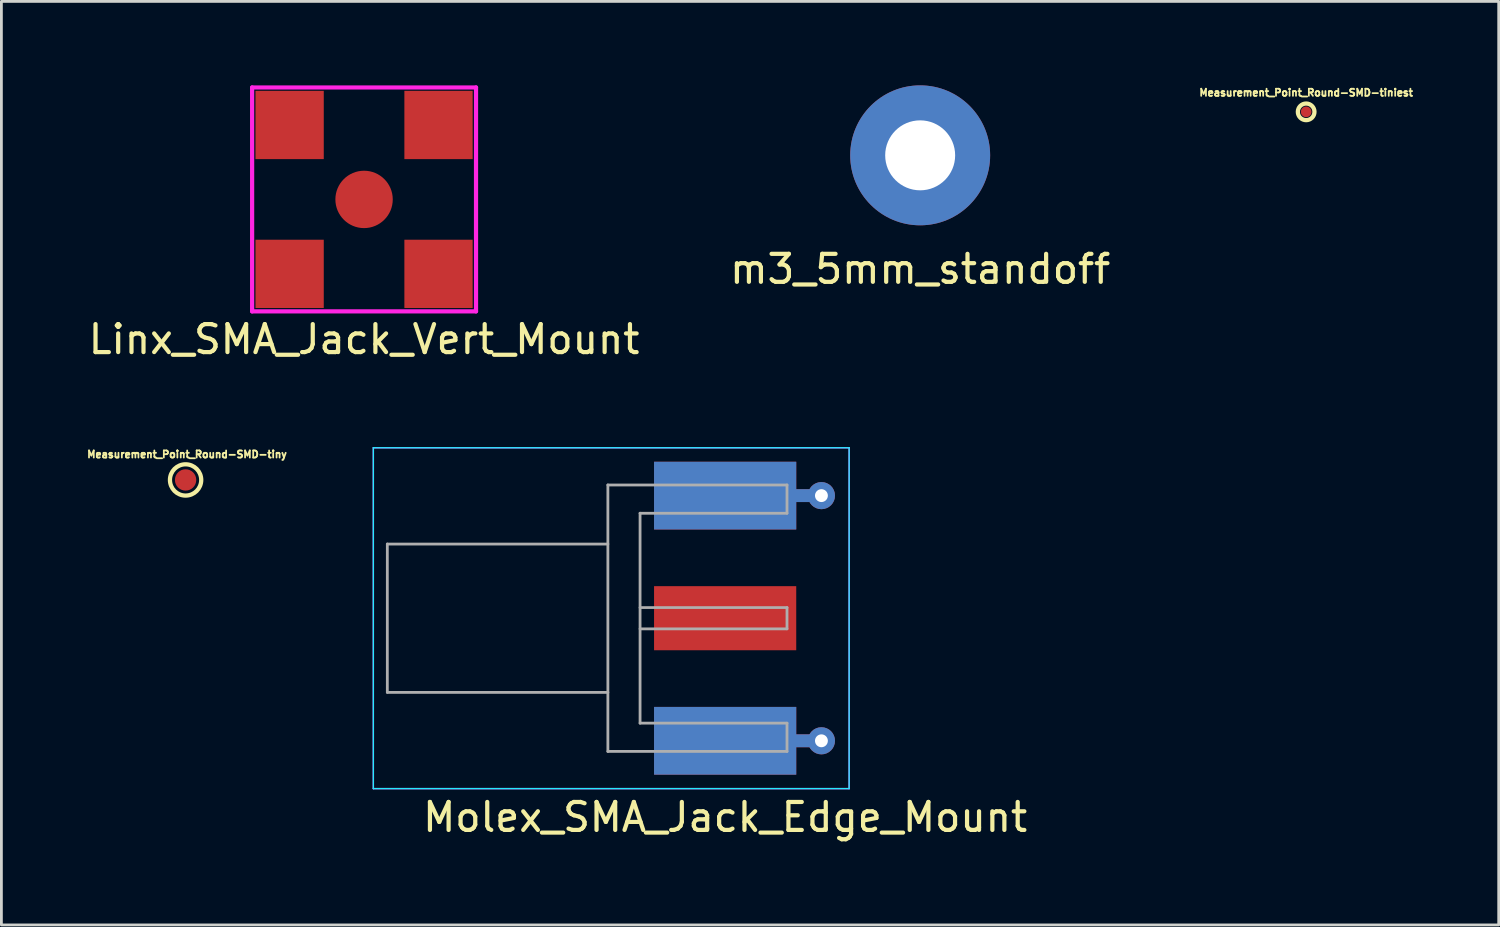
<source format=kicad_pcb>
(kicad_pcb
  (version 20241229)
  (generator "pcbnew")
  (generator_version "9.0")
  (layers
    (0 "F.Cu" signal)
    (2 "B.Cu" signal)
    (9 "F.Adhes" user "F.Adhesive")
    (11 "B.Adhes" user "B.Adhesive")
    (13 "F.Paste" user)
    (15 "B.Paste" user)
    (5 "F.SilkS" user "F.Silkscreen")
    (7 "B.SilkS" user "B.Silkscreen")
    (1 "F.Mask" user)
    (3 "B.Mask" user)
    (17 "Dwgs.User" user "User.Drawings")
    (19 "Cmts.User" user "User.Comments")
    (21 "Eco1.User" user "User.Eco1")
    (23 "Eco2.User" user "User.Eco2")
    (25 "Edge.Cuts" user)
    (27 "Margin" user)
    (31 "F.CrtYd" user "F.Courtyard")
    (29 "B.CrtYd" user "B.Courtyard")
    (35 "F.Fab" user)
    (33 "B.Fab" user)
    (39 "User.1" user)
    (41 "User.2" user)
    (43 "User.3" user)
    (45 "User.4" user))
  (footprint "m3_5mm_standoff"
    (layer "F.Cu")
    (at 29.827 2.5)
    (property "Reference" "m3_5mm_standoff" (at 0 4.064 0) (layer "F.SilkS") (effects (font (size 1 1) (thickness 0.15))))
    (attr through_hole)
    (pad "1" thru_hole circle (at 0 0) (size 5 5) (drill 2.5) (layers "*.Cu" "*.Mask")))
  (footprint "Measurement_Point_Round-SMD-tiny"
    (layer "F.Cu")
    (at 3.581 14.098)
    (property "Reference" "Measurement_Point_Round-SMD-tiny" (at 0.051 -0.914 0) (layer "F.SilkS") (effects (font (size 0.254 0.254) (thickness 0.064))))
    (attr exclude_from_pos_files exclude_from_bom)
    (fp_circle (center 0 0) (end 0.559 0) (stroke (width 0.152) (type solid)) (fill no) (layer "F.SilkS"))
    (pad "1" smd circle (at 0 0) (size 0.762 0.762) (layers "F.Cu" "F.Mask")))
  (footprint "Molex_SMA_Jack_Edge_Mount"
    (layer "F.Cu")
    (at 24.579 19.038)
    (property "Reference" "Molex_SMA_Jack_Edge_Mount" (at -1.72 7.11 0) (layer "F.SilkS") (effects (font (size 1 1) (thickness 0.15))))
    (attr smd)
    (fp_line (start -14.29 -6.09) (end -14.29 6.09) (stroke (width 0.05) (type solid)) (layer "B.CrtYd"))
    (fp_line (start -14.29 -6.09) (end 2.71 -6.09) (stroke (width 0.05) (type solid)) (layer "B.CrtYd"))
    (fp_line (start -14.29 6.09) (end 2.71 6.09) (stroke (width 0.05) (type solid)) (layer "B.CrtYd"))
    (fp_line (start 2.71 -6.09) (end 2.71 6.09) (stroke (width 0.05) (type solid)) (layer "B.CrtYd"))
    (fp_line (start -14.29 -6.09) (end -14.29 6.09) (stroke (width 0.05) (type solid)) (layer "F.CrtYd"))
    (fp_line (start -14.29 6.09) (end 2.71 6.09) (stroke (width 0.05) (type solid)) (layer "F.CrtYd"))
    (fp_line (start 2.71 -6.09) (end -14.29 -6.09) (stroke (width 0.05) (type solid)) (layer "F.CrtYd"))
    (fp_line (start 2.71 -6.09) (end 2.71 6.09) (stroke (width 0.05) (type solid)) (layer "F.CrtYd"))
    (fp_line (start -13.79 -2.65) (end -13.79 2.65) (stroke (width 0.1) (type solid)) (layer "F.Fab"))
    (fp_line (start -13.79 -2.65) (end -5.91 -2.65) (stroke (width 0.1) (type solid)) (layer "F.Fab"))
    (fp_line (start -13.79 2.65) (end -5.91 2.65) (stroke (width 0.1) (type solid)) (layer "F.Fab"))
    (fp_line (start -5.91 -4.76) (end -5.91 4.76) (stroke (width 0.1) (type solid)) (layer "F.Fab"))
    (fp_line (start -5.91 4.76) (end 0.49 4.76) (stroke (width 0.1) (type solid)) (layer "F.Fab"))
    (fp_line (start -4.76 -3.75) (end -4.76 3.75) (stroke (width 0.1) (type solid)) (layer "F.Fab"))
    (fp_line (start -4.76 -3.75) (end 0.49 -3.75) (stroke (width 0.1) (type solid)) (layer "F.Fab"))
    (fp_line (start -4.76 -0.38) (end 0.49 -0.38) (stroke (width 0.1) (type solid)) (layer "F.Fab"))
    (fp_line (start -4.76 0.38) (end 0.49 0.38) (stroke (width 0.1) (type solid)) (layer "F.Fab"))
    (fp_line (start -4.76 3.75) (end 0.49 3.75) (stroke (width 0.1) (type solid)) (layer "F.Fab"))
    (fp_line (start 0.49 -4.76) (end -5.91 -4.76) (stroke (width 0.1) (type solid)) (layer "F.Fab"))
    (fp_line (start 0.49 -4.76) (end 0.49 -3.75) (stroke (width 0.1) (type solid)) (layer "F.Fab"))
    (fp_line (start 0.49 -0.38) (end 0.49 0.38) (stroke (width 0.1) (type solid)) (layer "F.Fab"))
    (fp_line (start 0.49 3.75) (end 0.49 4.76) (stroke (width 0.1) (type solid)) (layer "F.Fab"))
    (pad "1" smd rect (at -1.72 0) (size 5.08 2.29) (layers "F.Cu" "F.Mask" "F.Paste"))
    (pad "2" smd rect (at -1.72 -4.38) (size 5.08 2.42) (layers "F.Cu" "F.Mask" "F.Paste"))
    (pad "2" smd rect (at -1.72 -4.38) (size 5.08 2.42) (layers "B.Cu" "B.Mask" "B.Paste"))
    (pad "2" smd rect (at -1.72 4.38) (size 5.08 2.42) (layers "F.Cu" "F.Mask" "F.Paste"))
    (pad "2" smd rect (at -1.72 4.38) (size 5.08 2.42) (layers "B.Cu" "B.Mask" "B.Paste"))
    (pad "2" smd rect (at 1.27 -4.38) (size 0.95 0.46) (layers "F.Cu"))
    (pad "2" smd rect (at 1.27 -4.38) (size 0.95 0.46) (layers "B.Cu"))
    (pad "2" smd rect (at 1.27 4.38) (size 0.95 0.46) (layers "F.Cu"))
    (pad "2" smd rect (at 1.27 4.38) (size 0.95 0.46) (layers "B.Cu"))
    (pad "2" thru_hole circle (at 1.72 -4.38) (size 0.97 0.97) (drill 0.46) (layers "*.Cu"))
    (pad "2" thru_hole circle (at 1.72 4.38) (size 0.97 0.97) (drill 0.46) (layers "*.Cu")))
  (footprint "Linx_SMA_Jack_Vert_Mount"
    (layer "F.Cu")
    (at 9.958 4.075)
    (property "Reference" "Linx_SMA_Jack_Vert_Mount" (at 0 5 0) (layer "F.SilkS") (effects (font (size 1 1) (thickness 0.15))))
    (attr through_hole)
    (fp_line (start -4 -4) (end -4 4) (stroke (width 0.15) (type solid)) (layer "F.CrtYd"))
    (fp_line (start -4 4) (end 4 4) (stroke (width 0.15) (type solid)) (layer "F.CrtYd"))
    (fp_line (start 4 -4) (end -4 -4) (stroke (width 0.15) (type solid)) (layer "F.CrtYd"))
    (fp_line (start 4 4) (end 4 -4) (stroke (width 0.15) (type solid)) (layer "F.CrtYd"))
    (pad "1" smd circle (at 0 0) (size 2.05 2.05) (layers "F.Cu" "F.Mask" "F.Paste"))
    (pad "2" smd rect (at -2.66 -2.66) (size 2.44 2.44) (layers "F.Cu" "F.Mask" "F.Paste"))
    (pad "2" smd rect (at -2.66 2.66) (size 2.44 2.44) (layers "F.Cu" "F.Mask" "F.Paste"))
    (pad "2" smd rect (at 2.66 -2.66) (size 2.44 2.44) (layers "F.Cu" "F.Mask" "F.Paste"))
    (pad "2" smd rect (at 2.66 2.66) (size 2.44 2.44) (layers "F.Cu" "F.Mask" "F.Paste")))
  (footprint "Measurement_Point_Round-SMD-tiniest"
    (layer "F.Cu")
    (at 43.618 0.946)
    (property "Reference" "Measurement_Point_Round-SMD-tiniest" (at 0 -0.686 0) (layer "F.SilkS") (effects (font (size 0.254 0.254) (thickness 0.064))))
    (attr exclude_from_pos_files exclude_from_bom)
    (fp_circle (center 0 0) (end 0.279 0.102) (stroke (width 0.152) (type solid)) (fill no) (layer "F.SilkS"))
    (pad "1" smd circle (at 0 0) (size 0.381 0.381) (layers "F.Cu" "F.Mask")))
  (gr_rect
    (start -3 -3)
    (end 50.498 29.997)
    (stroke (width 0.1) (type default))
    (fill no)
    (layer "Edge.Cuts")))
</source>
